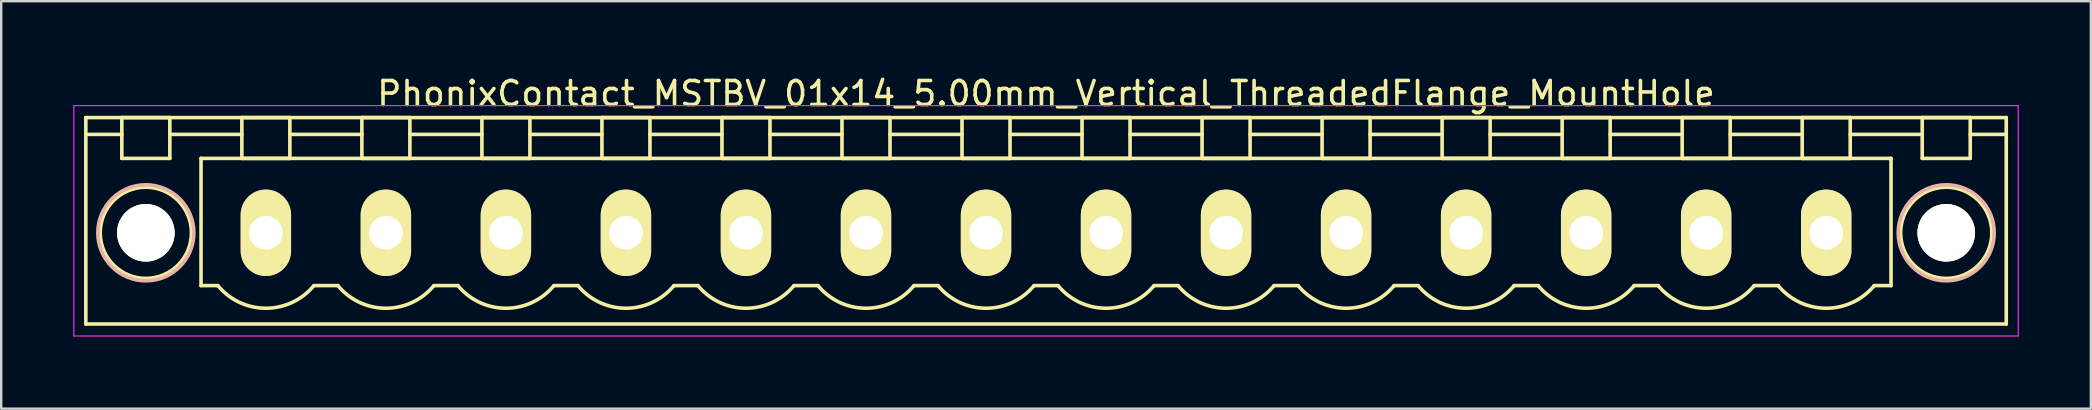
<source format=kicad_pcb>
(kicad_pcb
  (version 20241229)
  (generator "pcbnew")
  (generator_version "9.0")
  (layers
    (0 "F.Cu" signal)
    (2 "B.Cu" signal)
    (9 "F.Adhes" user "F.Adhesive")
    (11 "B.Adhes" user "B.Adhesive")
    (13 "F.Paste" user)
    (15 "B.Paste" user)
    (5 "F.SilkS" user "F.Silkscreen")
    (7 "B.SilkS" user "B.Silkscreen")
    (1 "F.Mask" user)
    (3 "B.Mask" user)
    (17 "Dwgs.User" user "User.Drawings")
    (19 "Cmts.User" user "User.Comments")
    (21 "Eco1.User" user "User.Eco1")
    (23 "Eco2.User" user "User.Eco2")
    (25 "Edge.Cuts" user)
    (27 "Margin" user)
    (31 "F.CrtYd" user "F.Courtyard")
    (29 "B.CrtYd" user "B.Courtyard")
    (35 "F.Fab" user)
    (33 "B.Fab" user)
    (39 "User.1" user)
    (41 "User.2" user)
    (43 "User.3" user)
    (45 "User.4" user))
  (footprint "PhonixContact_MSTBV_01x14_5.00mm_Vertical_ThreadedFlange_MountHole"
    (layer "F.Cu")
    (at 8.025 6.648)
    (property "Reference" "PhonixContact_MSTBV_01x14_5.00mm_Vertical_ThreadedFlange_MountHole" (at 32.5 -5.8 0) (layer "F.SilkS") (effects (font (size 1 1) (thickness 0.15))))
    (attr through_hole)
    (fp_line (start -7.5 -4.8) (end -7.5 3.8) (stroke (width 0.15) (type solid)) (layer "F.SilkS"))
    (fp_line (start -7.5 -4.1) (end -6 -4.1) (stroke (width 0.15) (type solid)) (layer "F.SilkS"))
    (fp_line (start -7.5 3.8) (end 72.5 3.8) (stroke (width 0.15) (type solid)) (layer "F.SilkS"))
    (fp_line (start -6 -4.8) (end -4 -4.8) (stroke (width 0.15) (type solid)) (layer "F.SilkS"))
    (fp_line (start -6 -3.1) (end -6 -4.8) (stroke (width 0.15) (type solid)) (layer "F.SilkS"))
    (fp_line (start -4 -4.8) (end -4 -3.1) (stroke (width 0.15) (type solid)) (layer "F.SilkS"))
    (fp_line (start -4 -4.1) (end -1 -4.1) (stroke (width 0.15) (type solid)) (layer "F.SilkS"))
    (fp_line (start -4 -3.1) (end -6 -3.1) (stroke (width 0.15) (type solid)) (layer "F.SilkS"))
    (fp_line (start -2.7 -3.1) (end 67.7 -3.1) (stroke (width 0.15) (type solid)) (layer "F.SilkS"))
    (fp_line (start -2.7 2.2) (end -2.7 -3.1) (stroke (width 0.15) (type solid)) (layer "F.SilkS"))
    (fp_line (start -2 2.2) (end -2.7 2.2) (stroke (width 0.15) (type solid)) (layer "F.SilkS"))
    (fp_line (start -1 -4.8) (end 1 -4.8) (stroke (width 0.15) (type solid)) (layer "F.SilkS"))
    (fp_line (start -1 -3.1) (end -1 -4.8) (stroke (width 0.15) (type solid)) (layer "F.SilkS"))
    (fp_line (start 1 -4.8) (end 1 -3.1) (stroke (width 0.15) (type solid)) (layer "F.SilkS"))
    (fp_line (start 1 -4.1) (end 4 -4.1) (stroke (width 0.15) (type solid)) (layer "F.SilkS"))
    (fp_line (start 1 -3.1) (end -1 -3.1) (stroke (width 0.15) (type solid)) (layer "F.SilkS"))
    (fp_line (start 2 2.2) (end 3 2.2) (stroke (width 0.15) (type solid)) (layer "F.SilkS"))
    (fp_line (start 4 -4.8) (end 6 -4.8) (stroke (width 0.15) (type solid)) (layer "F.SilkS"))
    (fp_line (start 4 -3.1) (end 4 -4.8) (stroke (width 0.15) (type solid)) (layer "F.SilkS"))
    (fp_line (start 6 -4.8) (end 6 -3.1) (stroke (width 0.15) (type solid)) (layer "F.SilkS"))
    (fp_line (start 6 -4.1) (end 9 -4.1) (stroke (width 0.15) (type solid)) (layer "F.SilkS"))
    (fp_line (start 6 -3.1) (end 4 -3.1) (stroke (width 0.15) (type solid)) (layer "F.SilkS"))
    (fp_line (start 7 2.2) (end 8 2.2) (stroke (width 0.15) (type solid)) (layer "F.SilkS"))
    (fp_line (start 9 -4.8) (end 11 -4.8) (stroke (width 0.15) (type solid)) (layer "F.SilkS"))
    (fp_line (start 9 -3.1) (end 9 -4.8) (stroke (width 0.15) (type solid)) (layer "F.SilkS"))
    (fp_line (start 11 -4.8) (end 11 -3.1) (stroke (width 0.15) (type solid)) (layer "F.SilkS"))
    (fp_line (start 11 -4.1) (end 14 -4.1) (stroke (width 0.15) (type solid)) (layer "F.SilkS"))
    (fp_line (start 11 -3.1) (end 9 -3.1) (stroke (width 0.15) (type solid)) (layer "F.SilkS"))
    (fp_line (start 12 2.2) (end 13 2.2) (stroke (width 0.15) (type solid)) (layer "F.SilkS"))
    (fp_line (start 14 -4.8) (end 16 -4.8) (stroke (width 0.15) (type solid)) (layer "F.SilkS"))
    (fp_line (start 14 -3.1) (end 14 -4.8) (stroke (width 0.15) (type solid)) (layer "F.SilkS"))
    (fp_line (start 16 -4.8) (end 16 -3.1) (stroke (width 0.15) (type solid)) (layer "F.SilkS"))
    (fp_line (start 16 -4.1) (end 19 -4.1) (stroke (width 0.15) (type solid)) (layer "F.SilkS"))
    (fp_line (start 16 -3.1) (end 14 -3.1) (stroke (width 0.15) (type solid)) (layer "F.SilkS"))
    (fp_line (start 17 2.2) (end 18 2.2) (stroke (width 0.15) (type solid)) (layer "F.SilkS"))
    (fp_line (start 19 -4.8) (end 21 -4.8) (stroke (width 0.15) (type solid)) (layer "F.SilkS"))
    (fp_line (start 19 -3.1) (end 19 -4.8) (stroke (width 0.15) (type solid)) (layer "F.SilkS"))
    (fp_line (start 21 -4.8) (end 21 -3.1) (stroke (width 0.15) (type solid)) (layer "F.SilkS"))
    (fp_line (start 21 -4.1) (end 24 -4.1) (stroke (width 0.15) (type solid)) (layer "F.SilkS"))
    (fp_line (start 21 -3.1) (end 19 -3.1) (stroke (width 0.15) (type solid)) (layer "F.SilkS"))
    (fp_line (start 22 2.2) (end 23 2.2) (stroke (width 0.15) (type solid)) (layer "F.SilkS"))
    (fp_line (start 24 -4.8) (end 26 -4.8) (stroke (width 0.15) (type solid)) (layer "F.SilkS"))
    (fp_line (start 24 -3.1) (end 24 -4.8) (stroke (width 0.15) (type solid)) (layer "F.SilkS"))
    (fp_line (start 26 -4.8) (end 26 -3.1) (stroke (width 0.15) (type solid)) (layer "F.SilkS"))
    (fp_line (start 26 -4.1) (end 29 -4.1) (stroke (width 0.15) (type solid)) (layer "F.SilkS"))
    (fp_line (start 26 -3.1) (end 24 -3.1) (stroke (width 0.15) (type solid)) (layer "F.SilkS"))
    (fp_line (start 27 2.2) (end 28 2.2) (stroke (width 0.15) (type solid)) (layer "F.SilkS"))
    (fp_line (start 29 -4.8) (end 31 -4.8) (stroke (width 0.15) (type solid)) (layer "F.SilkS"))
    (fp_line (start 29 -3.1) (end 29 -4.8) (stroke (width 0.15) (type solid)) (layer "F.SilkS"))
    (fp_line (start 31 -4.8) (end 31 -3.1) (stroke (width 0.15) (type solid)) (layer "F.SilkS"))
    (fp_line (start 31 -4.1) (end 34 -4.1) (stroke (width 0.15) (type solid)) (layer "F.SilkS"))
    (fp_line (start 31 -3.1) (end 29 -3.1) (stroke (width 0.15) (type solid)) (layer "F.SilkS"))
    (fp_line (start 32 2.2) (end 33 2.2) (stroke (width 0.15) (type solid)) (layer "F.SilkS"))
    (fp_line (start 34 -4.8) (end 36 -4.8) (stroke (width 0.15) (type solid)) (layer "F.SilkS"))
    (fp_line (start 34 -3.1) (end 34 -4.8) (stroke (width 0.15) (type solid)) (layer "F.SilkS"))
    (fp_line (start 36 -4.8) (end 36 -3.1) (stroke (width 0.15) (type solid)) (layer "F.SilkS"))
    (fp_line (start 36 -4.1) (end 39 -4.1) (stroke (width 0.15) (type solid)) (layer "F.SilkS"))
    (fp_line (start 36 -3.1) (end 34 -3.1) (stroke (width 0.15) (type solid)) (layer "F.SilkS"))
    (fp_line (start 37 2.2) (end 38 2.2) (stroke (width 0.15) (type solid)) (layer "F.SilkS"))
    (fp_line (start 39 -4.8) (end 41 -4.8) (stroke (width 0.15) (type solid)) (layer "F.SilkS"))
    (fp_line (start 39 -3.1) (end 39 -4.8) (stroke (width 0.15) (type solid)) (layer "F.SilkS"))
    (fp_line (start 41 -4.8) (end 41 -3.1) (stroke (width 0.15) (type solid)) (layer "F.SilkS"))
    (fp_line (start 41 -4.1) (end 44 -4.1) (stroke (width 0.15) (type solid)) (layer "F.SilkS"))
    (fp_line (start 41 -3.1) (end 39 -3.1) (stroke (width 0.15) (type solid)) (layer "F.SilkS"))
    (fp_line (start 42 2.2) (end 43 2.2) (stroke (width 0.15) (type solid)) (layer "F.SilkS"))
    (fp_line (start 44 -4.8) (end 46 -4.8) (stroke (width 0.15) (type solid)) (layer "F.SilkS"))
    (fp_line (start 44 -3.1) (end 44 -4.8) (stroke (width 0.15) (type solid)) (layer "F.SilkS"))
    (fp_line (start 46 -4.8) (end 46 -3.1) (stroke (width 0.15) (type solid)) (layer "F.SilkS"))
    (fp_line (start 46 -4.1) (end 49 -4.1) (stroke (width 0.15) (type solid)) (layer "F.SilkS"))
    (fp_line (start 46 -3.1) (end 44 -3.1) (stroke (width 0.15) (type solid)) (layer "F.SilkS"))
    (fp_line (start 47 2.2) (end 48 2.2) (stroke (width 0.15) (type solid)) (layer "F.SilkS"))
    (fp_line (start 49 -4.8) (end 51 -4.8) (stroke (width 0.15) (type solid)) (layer "F.SilkS"))
    (fp_line (start 49 -3.1) (end 49 -4.8) (stroke (width 0.15) (type solid)) (layer "F.SilkS"))
    (fp_line (start 51 -4.8) (end 51 -3.1) (stroke (width 0.15) (type solid)) (layer "F.SilkS"))
    (fp_line (start 51 -4.1) (end 54 -4.1) (stroke (width 0.15) (type solid)) (layer "F.SilkS"))
    (fp_line (start 51 -3.1) (end 49 -3.1) (stroke (width 0.15) (type solid)) (layer "F.SilkS"))
    (fp_line (start 52 2.2) (end 53 2.2) (stroke (width 0.15) (type solid)) (layer "F.SilkS"))
    (fp_line (start 54 -4.8) (end 56 -4.8) (stroke (width 0.15) (type solid)) (layer "F.SilkS"))
    (fp_line (start 54 -3.1) (end 54 -4.8) (stroke (width 0.15) (type solid)) (layer "F.SilkS"))
    (fp_line (start 56 -4.8) (end 56 -3.1) (stroke (width 0.15) (type solid)) (layer "F.SilkS"))
    (fp_line (start 56 -4.1) (end 59 -4.1) (stroke (width 0.15) (type solid)) (layer "F.SilkS"))
    (fp_line (start 56 -3.1) (end 54 -3.1) (stroke (width 0.15) (type solid)) (layer "F.SilkS"))
    (fp_line (start 57 2.2) (end 58 2.2) (stroke (width 0.15) (type solid)) (layer "F.SilkS"))
    (fp_line (start 59 -4.8) (end 61 -4.8) (stroke (width 0.15) (type solid)) (layer "F.SilkS"))
    (fp_line (start 59 -3.1) (end 59 -4.8) (stroke (width 0.15) (type solid)) (layer "F.SilkS"))
    (fp_line (start 61 -4.8) (end 61 -3.1) (stroke (width 0.15) (type solid)) (layer "F.SilkS"))
    (fp_line (start 61 -4.1) (end 64 -4.1) (stroke (width 0.15) (type solid)) (layer "F.SilkS"))
    (fp_line (start 61 -3.1) (end 59 -3.1) (stroke (width 0.15) (type solid)) (layer "F.SilkS"))
    (fp_line (start 62 2.2) (end 63 2.2) (stroke (width 0.15) (type solid)) (layer "F.SilkS"))
    (fp_line (start 64 -4.8) (end 66 -4.8) (stroke (width 0.15) (type solid)) (layer "F.SilkS"))
    (fp_line (start 64 -3.1) (end 64 -4.8) (stroke (width 0.15) (type solid)) (layer "F.SilkS"))
    (fp_line (start 66 -4.8) (end 66 -3.1) (stroke (width 0.15) (type solid)) (layer "F.SilkS"))
    (fp_line (start 66 -4.1) (end 69 -4.1) (stroke (width 0.15) (type solid)) (layer "F.SilkS"))
    (fp_line (start 66 -3.1) (end 64 -3.1) (stroke (width 0.15) (type solid)) (layer "F.SilkS"))
    (fp_line (start 67.7 -3.1) (end 67.7 2.2) (stroke (width 0.15) (type solid)) (layer "F.SilkS"))
    (fp_line (start 67.7 2.2) (end 67 2.2) (stroke (width 0.15) (type solid)) (layer "F.SilkS"))
    (fp_line (start 69 -4.8) (end 71 -4.8) (stroke (width 0.15) (type solid)) (layer "F.SilkS"))
    (fp_line (start 69 -3.1) (end 69 -4.8) (stroke (width 0.15) (type solid)) (layer "F.SilkS"))
    (fp_line (start 71 -4.8) (end 71 -3.1) (stroke (width 0.15) (type solid)) (layer "F.SilkS"))
    (fp_line (start 71 -3.1) (end 69 -3.1) (stroke (width 0.15) (type solid)) (layer "F.SilkS"))
    (fp_line (start 72.5 -4.8) (end -7.5 -4.8) (stroke (width 0.15) (type solid)) (layer "F.SilkS"))
    (fp_line (start 72.5 -4.1) (end 71 -4.1) (stroke (width 0.15) (type solid)) (layer "F.SilkS"))
    (fp_line (start 72.5 3.8) (end 72.5 -4.8) (stroke (width 0.15) (type solid)) (layer "F.SilkS"))
    (fp_arc (start 1.986842 2.215821) (mid -0.010289 3.142758) (end -2 2.2) (stroke (width 0.15) (type solid)) (layer "F.SilkS"))
    (fp_arc (start 6.986842 2.215821) (mid 4.989711 3.142758) (end 3 2.2) (stroke (width 0.15) (type solid)) (layer "F.SilkS"))
    (fp_arc (start 11.986842 2.215821) (mid 9.989711 3.142758) (end 8 2.2) (stroke (width 0.15) (type solid)) (layer "F.SilkS"))
    (fp_arc (start 16.986842 2.215821) (mid 14.989711 3.142758) (end 13 2.2) (stroke (width 0.15) (type solid)) (layer "F.SilkS"))
    (fp_arc (start 21.986842 2.215821) (mid 19.989711 3.142758) (end 18 2.2) (stroke (width 0.15) (type solid)) (layer "F.SilkS"))
    (fp_arc (start 26.986842 2.215821) (mid 24.989711 3.142758) (end 23 2.2) (stroke (width 0.15) (type solid)) (layer "F.SilkS"))
    (fp_arc (start 31.986842 2.215821) (mid 29.989711 3.142758) (end 28 2.2) (stroke (width 0.15) (type solid)) (layer "F.SilkS"))
    (fp_arc (start 36.986842 2.215821) (mid 34.989711 3.142758) (end 33 2.2) (stroke (width 0.15) (type solid)) (layer "F.SilkS"))
    (fp_arc (start 41.986842 2.215821) (mid 39.989711 3.142758) (end 38 2.2) (stroke (width 0.15) (type solid)) (layer "F.SilkS"))
    (fp_arc (start 46.986842 2.215821) (mid 44.989711 3.142758) (end 43 2.2) (stroke (width 0.15) (type solid)) (layer "F.SilkS"))
    (fp_arc (start 51.986842 2.215821) (mid 49.989711 3.142758) (end 48 2.2) (stroke (width 0.15) (type solid)) (layer "F.SilkS"))
    (fp_arc (start 56.986842 2.215821) (mid 54.989711 3.142758) (end 53 2.2) (stroke (width 0.15) (type solid)) (layer "F.SilkS"))
    (fp_arc (start 61.986842 2.215821) (mid 59.989711 3.142758) (end 58 2.2) (stroke (width 0.15) (type solid)) (layer "F.SilkS"))
    (fp_arc (start 66.986842 2.215821) (mid 64.989711 3.142758) (end 63 2.2) (stroke (width 0.15) (type solid)) (layer "F.SilkS"))
    (fp_circle (center -5 0) (end -4 0) (stroke (width 0.15) (type solid)) (fill no) (layer "F.SilkS"))
    (fp_circle (center -5 0) (end -3.1 0) (stroke (width 0.15) (type solid)) (fill no) (layer "F.SilkS"))
    (fp_circle (center 70 0) (end 71 0) (stroke (width 0.15) (type solid)) (fill no) (layer "F.SilkS"))
    (fp_circle (center 70 0) (end 71.9 0) (stroke (width 0.15) (type solid)) (fill no) (layer "F.SilkS"))
    (fp_circle (center -5 0) (end -3 0) (stroke (width 0.15) (type solid)) (fill no) (layer "B.SilkS"))
    (fp_circle (center 70 0) (end 72 0) (stroke (width 0.15) (type solid)) (fill no) (layer "B.SilkS"))
    (fp_line (start -8 -5.3) (end -8 4.3) (stroke (width 0.05) (type solid)) (layer "F.CrtYd"))
    (fp_line (start -8 4.3) (end 73 4.3) (stroke (width 0.05) (type solid)) (layer "F.CrtYd"))
    (fp_line (start 73 -5.3) (end -8 -5.3) (stroke (width 0.05) (type solid)) (layer "F.CrtYd"))
    (fp_line (start 73 4.3) (end 73 -5.3) (stroke (width 0.05) (type solid)) (layer "F.CrtYd"))
    (pad "" np_thru_hole circle (at -5 0) (size 2.4 2.4) (drill 2.4) (layers "*.Cu" "*.Mask" "F.SilkS"))
    (pad "" np_thru_hole circle (at 70 0) (size 2.4 2.4) (drill 2.4) (layers "*.Cu" "*.Mask" "F.SilkS"))
    (pad "1" thru_hole oval (at 0 0) (size 2.1 3.6) (drill 1.4) (layers "*.Cu" "*.Mask" "F.SilkS"))
    (pad "2" thru_hole oval (at 5 0) (size 2.1 3.6) (drill 1.4) (layers "*.Cu" "*.Mask" "F.SilkS"))
    (pad "3" thru_hole oval (at 10 0) (size 2.1 3.6) (drill 1.4) (layers "*.Cu" "*.Mask" "F.SilkS"))
    (pad "4" thru_hole oval (at 15 0) (size 2.1 3.6) (drill 1.4) (layers "*.Cu" "*.Mask" "F.SilkS"))
    (pad "5" thru_hole oval (at 20 0) (size 2.1 3.6) (drill 1.4) (layers "*.Cu" "*.Mask" "F.SilkS"))
    (pad "6" thru_hole oval (at 25 0) (size 2.1 3.6) (drill 1.4) (layers "*.Cu" "*.Mask" "F.SilkS"))
    (pad "7" thru_hole oval (at 30 0) (size 2.1 3.6) (drill 1.4) (layers "*.Cu" "*.Mask" "F.SilkS"))
    (pad "8" thru_hole oval (at 35 0) (size 2.1 3.6) (drill 1.4) (layers "*.Cu" "*.Mask" "F.SilkS"))
    (pad "9" thru_hole oval (at 40 0) (size 2.1 3.6) (drill 1.4) (layers "*.Cu" "*.Mask" "F.SilkS"))
    (pad "10" thru_hole oval (at 45 0) (size 2.1 3.6) (drill 1.4) (layers "*.Cu" "*.Mask" "F.SilkS"))
    (pad "11" thru_hole oval (at 50 0) (size 2.1 3.6) (drill 1.4) (layers "*.Cu" "*.Mask" "F.SilkS"))
    (pad "12" thru_hole oval (at 55 0) (size 2.1 3.6) (drill 1.4) (layers "*.Cu" "*.Mask" "F.SilkS"))
    (pad "13" thru_hole oval (at 60 0) (size 2.1 3.6) (drill 1.4) (layers "*.Cu" "*.Mask" "F.SilkS"))
    (pad "14" thru_hole oval (at 65 0) (size 2.1 3.6) (drill 1.4) (layers "*.Cu" "*.Mask" "F.SilkS")))
  (gr_rect
    (start -3 -3)
    (end 84.05 13.973)
    (stroke (width 0.1) (type default))
    (fill no)
    (layer "Edge.Cuts")))
</source>
